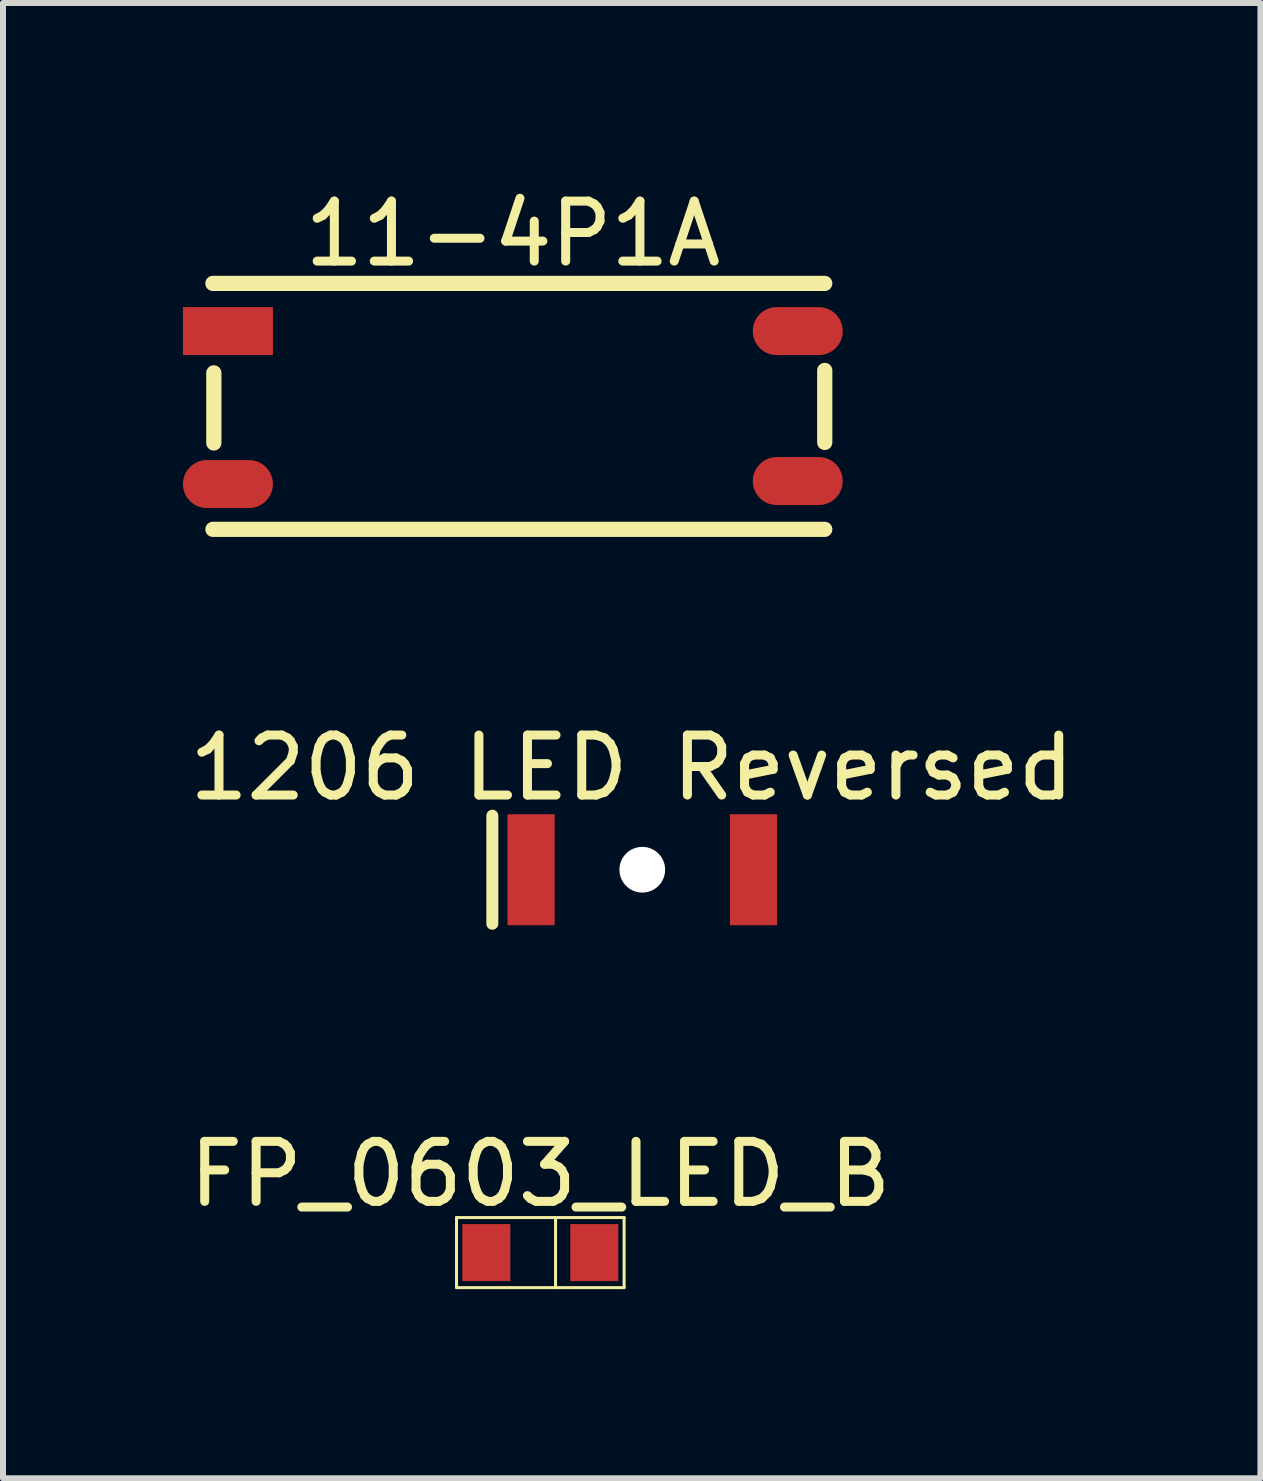
<source format=kicad_pcb>
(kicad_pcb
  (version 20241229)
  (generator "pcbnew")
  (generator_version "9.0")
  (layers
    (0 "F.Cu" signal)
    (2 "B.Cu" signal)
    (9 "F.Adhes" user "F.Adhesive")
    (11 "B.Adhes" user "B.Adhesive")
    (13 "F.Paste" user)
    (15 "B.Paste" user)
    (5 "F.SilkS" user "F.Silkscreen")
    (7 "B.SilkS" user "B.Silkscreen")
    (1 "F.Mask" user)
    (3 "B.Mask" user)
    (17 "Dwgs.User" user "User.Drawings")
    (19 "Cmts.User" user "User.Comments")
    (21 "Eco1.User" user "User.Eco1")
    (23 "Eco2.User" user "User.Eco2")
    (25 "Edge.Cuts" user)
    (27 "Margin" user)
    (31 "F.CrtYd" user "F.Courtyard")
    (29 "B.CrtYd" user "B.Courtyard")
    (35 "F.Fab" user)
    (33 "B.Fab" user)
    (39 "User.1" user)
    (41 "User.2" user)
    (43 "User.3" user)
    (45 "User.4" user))
  (footprint "FP_0603_LED_B"
    (layer "F.Cu")
    (at 5.958 17.833)
    (property "Reference" "FP_0603_LED_B" (at 0 -1.309 0) (layer "F.SilkS") (effects (font (size 1 1) (thickness 0.15))))
    (fp_line (start -1.397 -0.584) (end 1.397 -0.584) (stroke (width 0.05) (type solid)) (layer "F.SilkS"))
    (fp_line (start -1.397 0.584) (end -1.397 -0.584) (stroke (width 0.05) (type solid)) (layer "F.SilkS"))
    (fp_line (start -1.397 0.584) (end 1.397 0.584) (stroke (width 0.05) (type solid)) (layer "F.SilkS"))
    (fp_line (start 0.254 0.584) (end 0.254 -0.584) (stroke (width 0.05) (type solid)) (layer "F.SilkS"))
    (fp_line (start 1.397 0.584) (end 1.397 -0.584) (stroke (width 0.05) (type solid)) (layer "F.SilkS"))
    (fp_line (start -1.397 -0.635) (end 1.397 -0.635) (stroke (width 0.254) (type solid)) (layer "Eco2.User"))
    (fp_line (start -1.397 0.635) (end -1.397 -0.635) (stroke (width 0.254) (type solid)) (layer "Eco2.User"))
    (fp_line (start -1.397 0.635) (end 1.397 0.635) (stroke (width 0.254) (type solid)) (layer "Eco2.User"))
    (fp_line (start 1.397 0.635) (end 1.397 -0.635) (stroke (width 0.254) (type solid)) (layer "Eco2.User"))
    (fp_text_box "${REFERENCE}" (start -0.635 -0.728) (end 4.748 0.254) (margins 0 0 0 0) (layer "Eco2.User") (effects (font (size 0.508 0.508) (thickness 0.152)) (justify left top)) (border no) (stroke (width 0.1) (type default)))
    (pad "A" smd rect (at -0.9 0) (size 0.8 0.95) (layers "F.Cu" "F.Mask" "F.Paste"))
    (pad "K" smd rect (at 0.9 0) (size 0.8 0.95) (layers "F.Cu" "F.Mask" "F.Paste")))
  (footprint "11-4P1A"
    (layer "F.Cu")
    (at 5.9 3.675)
    (property "Reference" "11-4P1A" (at -0.4 -2.827 0) (layer "F.SilkS") (effects (font (size 1 1) (thickness 0.15))))
    (fp_line (start -5.4 -2) (end 4.8 -2) (stroke (width 0.254) (type solid)) (layer "F.SilkS"))
    (fp_line (start -5.4 2.1) (end 4.8 2.1) (stroke (width 0.254) (type solid)) (layer "F.SilkS"))
    (fp_line (start -5.385 0.66) (end -5.385 -0.508) (stroke (width 0.254) (type solid)) (layer "F.SilkS"))
    (fp_line (start 4.8 0.651) (end 4.8 -0.549) (stroke (width 0.254) (type solid)) (layer "F.SilkS"))
    (pad "1" smd rect (at -5.15 -1.205) (size 1.5 0.8) (layers "F.Cu" "F.Mask" "F.Paste"))
    (pad "3" smd oval (at -5.15 1.345) (size 1.5 0.8) (layers "F.Cu" "F.Mask" "F.Paste"))
    (pad "4" smd oval (at 4.35 1.295) (size 1.5 0.8) (layers "F.Cu" "F.Mask" "F.Paste"))
    (pad "6" smd oval (at 4.35 -1.205) (size 1.5 0.8) (layers "F.Cu" "F.Mask" "F.Paste")))
  (footprint "1206 LED Reversed"
    (layer "F.Cu")
    (at 7.658 11.45)
    (property "Reference" "1206 LED Reversed" (at -0.176 -1.7 0) (layer "F.SilkS") (effects (font (size 1 1) (thickness 0.15))))
    (fp_line (start -2.5 0.9) (end -2.5 -0.9) (stroke (width 0.2) (type solid)) (layer "F.SilkS"))
    (fp_line (start -2.4 -1.175) (end 2.4 -1.175) (stroke (width 0.1) (type solid)) (layer "Eco2.User"))
    (fp_line (start -2.4 1.175) (end -2.4 -1.175) (stroke (width 0.1) (type solid)) (layer "Eco2.User"))
    (fp_line (start -2.4 1.175) (end 2.4 1.175) (stroke (width 0.1) (type solid)) (layer "Eco2.User"))
    (fp_line (start 2.4 1.175) (end 2.4 -1.175) (stroke (width 0.1) (type solid)) (layer "Eco2.User"))
    (pad "" np_thru_hole oval (at 0 0 270) (size 0.762 0.762) (drill oval 0.762) (layers "*.Cu" "*.Mask"))
    (pad "A" smd rect (at 1.854 0 270) (size 1.85 0.787) (layers "F.Cu" "F.Mask" "F.Paste"))
    (pad "K" smd rect (at -1.854 0 270) (size 1.85 0.787) (layers "F.Cu" "F.Mask" "F.Paste")))
  (gr_rect
    (start -3 -3)
    (end 17.964 21.595)
    (stroke (width 0.1) (type default))
    (fill no)
    (layer "Edge.Cuts")))
</source>
